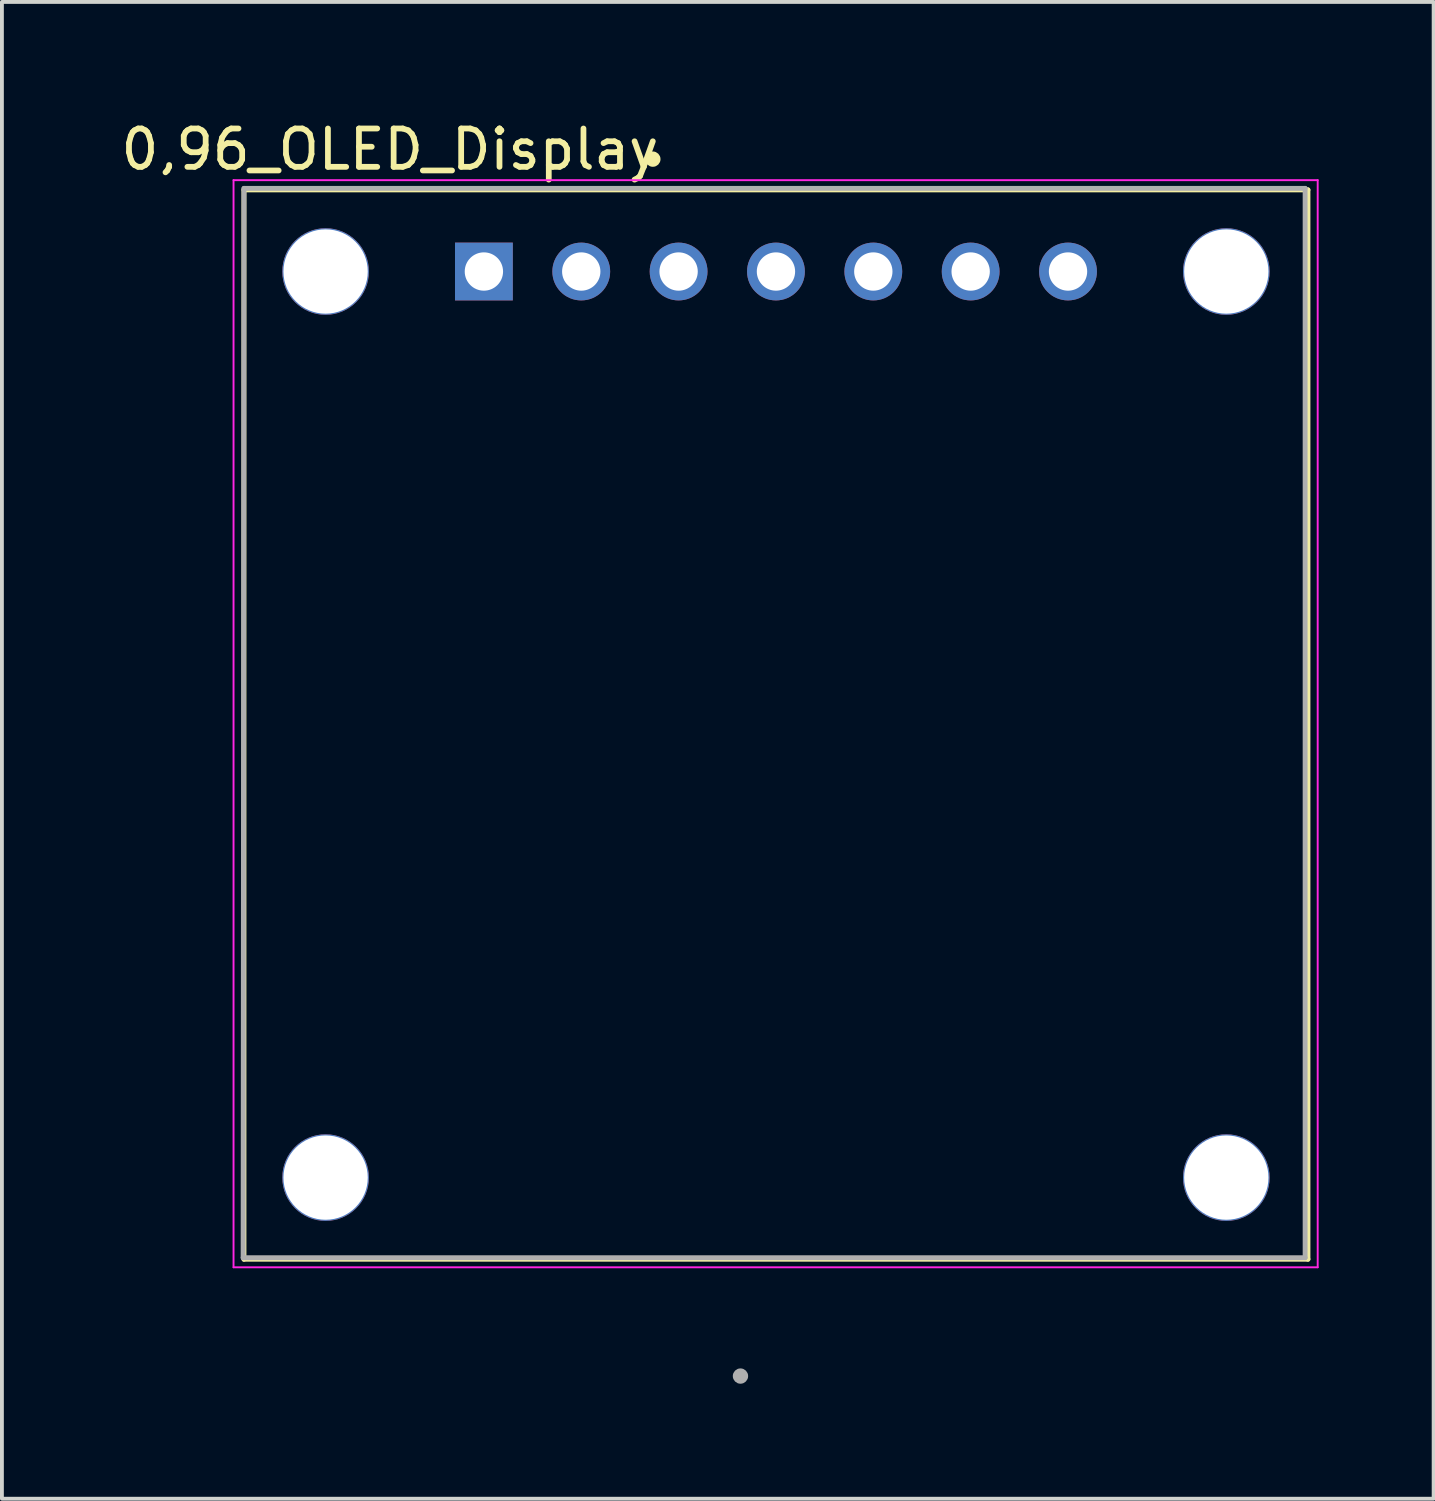
<source format=kicad_pcb>
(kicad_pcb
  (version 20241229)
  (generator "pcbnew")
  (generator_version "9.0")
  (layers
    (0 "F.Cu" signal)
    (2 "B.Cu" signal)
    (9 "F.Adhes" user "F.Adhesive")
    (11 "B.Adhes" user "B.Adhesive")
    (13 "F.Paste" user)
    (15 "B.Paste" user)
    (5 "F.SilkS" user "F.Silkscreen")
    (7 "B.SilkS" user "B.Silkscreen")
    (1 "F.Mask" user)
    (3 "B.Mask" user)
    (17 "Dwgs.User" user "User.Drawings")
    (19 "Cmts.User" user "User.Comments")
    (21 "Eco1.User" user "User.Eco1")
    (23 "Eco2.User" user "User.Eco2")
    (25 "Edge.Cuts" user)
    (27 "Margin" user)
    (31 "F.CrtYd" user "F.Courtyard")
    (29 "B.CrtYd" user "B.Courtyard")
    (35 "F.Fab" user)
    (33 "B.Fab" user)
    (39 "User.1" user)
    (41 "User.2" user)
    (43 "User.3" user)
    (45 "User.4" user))
  (footprint "0,96_OLED_Display"
    (layer "F.Cu")
    (at 3.315 29.804)
    (property "Reference" "0,96_OLED_Display" (at 3.81 -28.956 0) (layer "F.SilkS") (effects (font (size 1 1) (thickness 0.15))))
    (attr through_hole)
    (fp_line (start 0 -27.9) (end 27.76 -27.9) (stroke (width 0.127) (type solid)) (layer "F.SilkS"))
    (fp_line (start 0 0) (end 0 -27.9) (stroke (width 0.127) (type solid)) (layer "F.SilkS"))
    (fp_line (start 27.76 -27.9) (end 27.76 0) (stroke (width 0.127) (type solid)) (layer "F.SilkS"))
    (fp_line (start 27.76 0) (end 0 0) (stroke (width 0.127) (type solid)) (layer "F.SilkS"))
    (fp_circle (center 10.668 -28.702) (end 10.768 -28.702) (stroke (width 0.2) (type solid)) (fill no) (layer "F.SilkS"))
    (fp_line (start -0.272 -28.154) (end -0.272 0.21) (stroke (width 0.05) (type solid)) (layer "F.CrtYd"))
    (fp_line (start -0.272 0.21) (end 28.014 0.21) (stroke (width 0.05) (type solid)) (layer "F.CrtYd"))
    (fp_line (start 28.014 -28.154) (end -0.272 -28.154) (stroke (width 0.05) (type solid)) (layer "F.CrtYd"))
    (fp_line (start 28.014 0.21) (end 28.014 -28.154) (stroke (width 0.05) (type solid)) (layer "F.CrtYd"))
    (fp_line (start -0.022 -0.04) (end 0 -27.94) (stroke (width 0.127) (type solid)) (layer "F.Fab"))
    (fp_line (start 0 -27.94) (end 27.686 -27.94) (stroke (width 0.127) (type solid)) (layer "F.Fab"))
    (fp_line (start 27.686 -27.94) (end 27.686 -0.04) (stroke (width 0.127) (type solid)) (layer "F.Fab"))
    (fp_line (start 27.686 -0.04) (end -0.022 -0.04) (stroke (width 0.127) (type solid)) (layer "F.Fab"))
    (fp_circle (center 12.954 3.048) (end 13.054 3.048) (stroke (width 0.2) (type solid)) (fill no) (layer "F.Fab"))
    (pad "" np_thru_hole circle (at 2.13 -25.77) (size 2.26 2.26) (drill 2.2) (layers "*.Cu" "*.Mask"))
    (pad "" np_thru_hole circle (at 2.13 -2.13) (size 2.26 2.26) (drill 2.2) (layers "*.Cu" "*.Mask"))
    (pad "" np_thru_hole circle (at 25.63 -25.77) (size 2.26 2.26) (drill 2.2) (layers "*.Cu" "*.Mask"))
    (pad "" np_thru_hole circle (at 25.63 -2.13) (size 2.26 2.26) (drill 2.2) (layers "*.Cu" "*.Mask"))
    (pad "1" thru_hole rect (at 6.26 -25.77) (size 1.508 1.508) (drill 1) (layers "*.Cu" "*.Mask"))
    (pad "2" thru_hole circle (at 8.8 -25.77) (size 1.508 1.508) (drill 1) (layers "*.Cu" "*.Mask"))
    (pad "3" thru_hole circle (at 11.34 -25.77) (size 1.508 1.508) (drill 1) (layers "*.Cu" "*.Mask"))
    (pad "4" thru_hole circle (at 13.88 -25.77) (size 1.508 1.508) (drill 1) (layers "*.Cu" "*.Mask"))
    (pad "5" thru_hole circle (at 16.42 -25.77) (size 1.508 1.508) (drill 1) (layers "*.Cu" "*.Mask"))
    (pad "6" thru_hole circle (at 18.96 -25.77) (size 1.508 1.508) (drill 1) (layers "*.Cu" "*.Mask"))
    (pad "7" thru_hole circle (at 21.5 -25.77) (size 1.508 1.508) (drill 1) (layers "*.Cu" "*.Mask")))
  (gr_rect
    (start -3 -3)
    (end 34.354 36.052)
    (stroke (width 0.1) (type default))
    (fill no)
    (layer "Edge.Cuts")))
</source>
